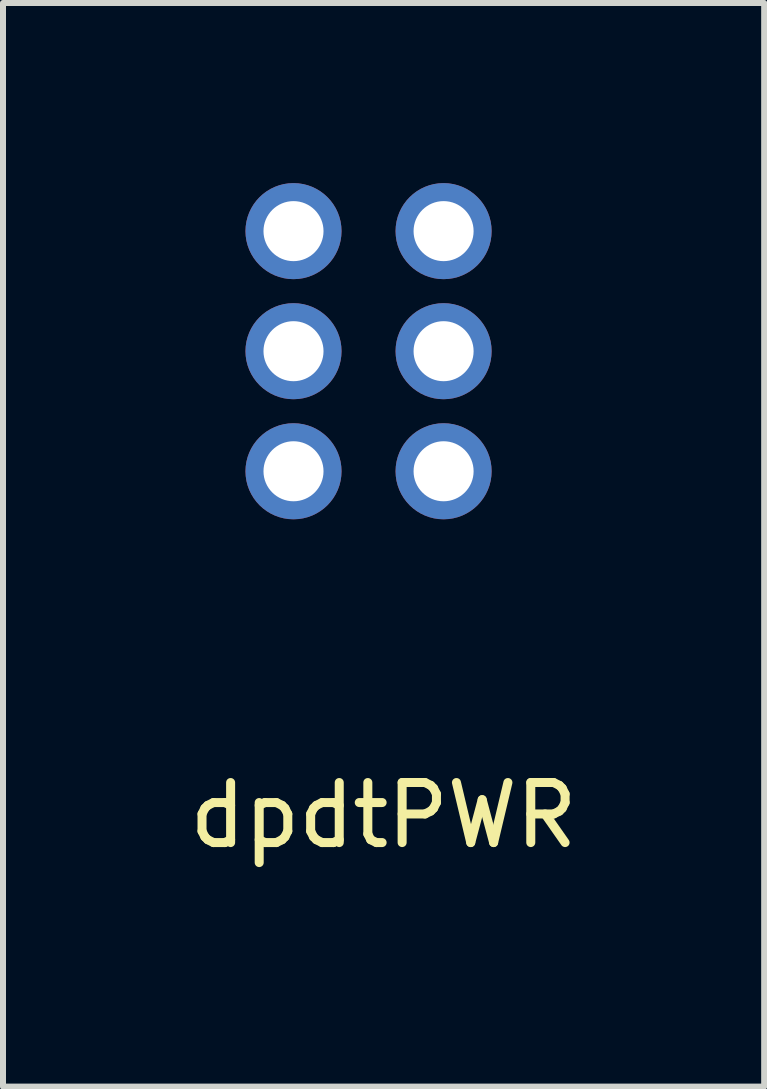
<source format=kicad_pcb>
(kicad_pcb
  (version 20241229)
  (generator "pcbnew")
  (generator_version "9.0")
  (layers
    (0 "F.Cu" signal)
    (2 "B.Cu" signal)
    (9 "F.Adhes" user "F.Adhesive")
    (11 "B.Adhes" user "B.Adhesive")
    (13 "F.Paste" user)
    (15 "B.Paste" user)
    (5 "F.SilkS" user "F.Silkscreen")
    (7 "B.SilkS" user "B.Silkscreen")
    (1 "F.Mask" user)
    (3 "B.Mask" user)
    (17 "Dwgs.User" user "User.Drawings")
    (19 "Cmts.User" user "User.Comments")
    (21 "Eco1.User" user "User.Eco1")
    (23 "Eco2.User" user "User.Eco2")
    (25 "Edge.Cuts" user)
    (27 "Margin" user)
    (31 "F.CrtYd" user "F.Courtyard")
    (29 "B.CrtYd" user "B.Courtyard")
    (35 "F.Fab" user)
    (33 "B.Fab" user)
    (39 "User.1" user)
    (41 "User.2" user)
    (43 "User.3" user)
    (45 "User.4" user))
  (footprint "dpdtPWR"
    (layer "F.Cu")
    (at 3.339 11.8)
    (property "Reference" "dpdtPWR" (at 0 -1.27 0) (layer "F.SilkS") (effects (font (size 1 1) (thickness 0.15))))
    (attr through_hole)
    (pad "1" thru_hole circle (at -1.5 -11) (size 1.6 1.6) (drill 1) (layers "*.Cu" "*.Mask"))
    (pad "2" thru_hole circle (at 1 -11) (size 1.6 1.6) (drill 1) (layers "*.Cu" "*.Mask"))
    (pad "3" thru_hole circle (at -1.5 -9) (size 1.6 1.6) (drill 1) (layers "*.Cu" "*.Mask"))
    (pad "4" thru_hole circle (at 1 -9) (size 1.6 1.6) (drill 1) (layers "*.Cu" "*.Mask"))
    (pad "5" thru_hole circle (at -1.5 -7) (size 1.6 1.6) (drill 1) (layers "*.Cu" "*.Mask"))
    (pad "6" thru_hole circle (at 1 -7) (size 1.6 1.6) (drill 1) (layers "*.Cu" "*.Mask")))
  (gr_rect
    (start -3 -3)
    (end 9.679 15.05)
    (stroke (width 0.1) (type default))
    (fill no)
    (layer "Edge.Cuts")))
</source>
